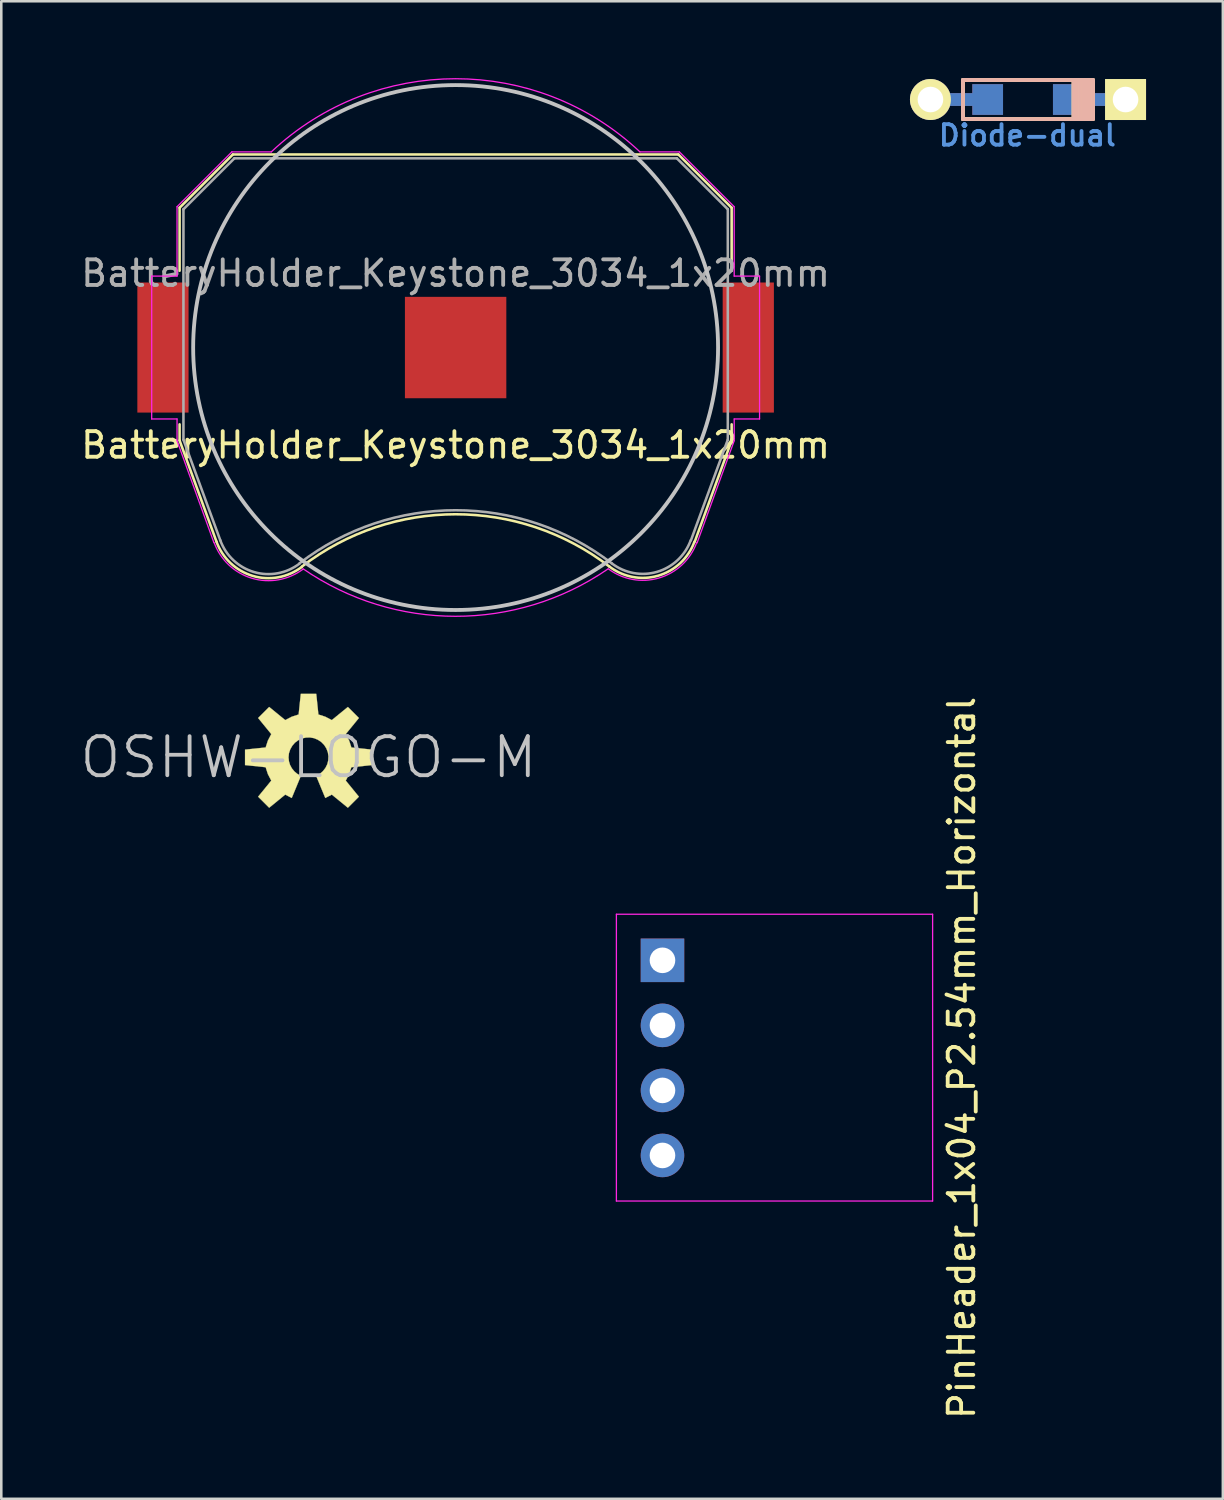
<source format=kicad_pcb>
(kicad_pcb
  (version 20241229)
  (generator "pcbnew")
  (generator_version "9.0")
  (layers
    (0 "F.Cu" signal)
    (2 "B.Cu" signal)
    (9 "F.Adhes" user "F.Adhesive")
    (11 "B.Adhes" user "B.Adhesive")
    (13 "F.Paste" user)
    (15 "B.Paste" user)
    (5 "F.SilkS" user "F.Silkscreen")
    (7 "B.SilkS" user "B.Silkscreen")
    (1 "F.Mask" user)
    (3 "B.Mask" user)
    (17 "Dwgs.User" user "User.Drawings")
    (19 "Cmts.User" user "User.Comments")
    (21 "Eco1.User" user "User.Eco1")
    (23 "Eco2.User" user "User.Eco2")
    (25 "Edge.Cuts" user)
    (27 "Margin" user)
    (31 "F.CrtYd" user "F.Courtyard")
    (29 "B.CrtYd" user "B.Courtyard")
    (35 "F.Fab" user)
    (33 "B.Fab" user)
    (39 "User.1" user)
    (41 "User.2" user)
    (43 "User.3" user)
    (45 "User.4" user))
  (footprint "OSHW-LOGO-M"
    (layer "F.Cu")
    (at 8.999 26.528)
    (property "Reference" "OSHW-LOGO-M" (at 0 0 0) (layer "Dwgs.User") (effects (font (size 1.524 1.524) (thickness 0.15))))
    (attr exclude_from_pos_files exclude_from_bom)
    (fp_poly (pts (xy 0.655 1.587) (xy 0.909 1.455) (xy 1.537 1.968) (xy 1.968 1.537) (xy 1.455 0.909) (xy 1.587 0.655) (xy 1.674 0.386) (xy 2.479 0.302) (xy 2.479 -0.302) (xy 1.674 -0.386) (xy 1.587 -0.655) (xy 1.455 -0.909) (xy 1.968 -1.537) (xy 1.537 -1.968) (xy 0.909 -1.455) (xy 0.655 -1.587) (xy 0.386 -1.674) (xy 0.302 -2.479) (xy -0.302 -2.479) (xy -0.386 -1.674) (xy -0.655 -1.587) (xy -0.909 -1.455) (xy -1.537 -1.968) (xy -1.968 -1.537) (xy -1.455 -0.909) (xy -1.587 -0.655) (xy -1.674 -0.386) (xy -2.479 -0.302) (xy -2.479 0.302) (xy -1.674 0.386) (xy -1.587 0.655) (xy -1.455 0.909) (xy -1.968 1.537) (xy -1.537 1.968) (xy -0.909 1.455) (xy -0.655 1.587) (xy -0.297 0.721) (xy -0.432 0.648) (xy -0.551 0.551) (xy -0.648 0.432) (xy -0.721 0.297) (xy -0.765 0.152) (xy -0.78 0) (xy -0.765 -0.157) (xy -0.714 -0.312) (xy -0.635 -0.45) (xy -0.531 -0.572) (xy -0.401 -0.668) (xy -0.257 -0.737) (xy -0.102 -0.772) (xy 0.056 -0.777) (xy 0.216 -0.749) (xy 0.363 -0.688) (xy 0.498 -0.599) (xy 0.61 -0.485) (xy 0.696 -0.351) (xy 0.754 -0.201) (xy 0.78 -0.043) (xy 0.772 0.114) (xy 0.732 0.269) (xy 0.66 0.414) (xy 0.561 0.541) (xy 0.439 0.645) (xy 0.297 0.721)) (stroke (width 0.01) (type solid)) (fill yes) (layer "F.SilkS")))
  (footprint "BatteryHolder_Keystone_3034_1x20mm"
    (layer "F.Cu")
    (at 14.744 10.523)
    (property "Reference" "BatteryHolder_Keystone_3034_1x20mm" (at 0 3.81 0) (layer "F.SilkS") (effects (font (size 1 1) (thickness 0.15))))
    (attr smd)
    (fp_line (start -10.78 -5.46) (end -10.78 -3) (stroke (width 0.1) (type solid)) (layer "F.SilkS"))
    (fp_line (start -10.78 3) (end -10.78 3.63) (stroke (width 0.1) (type solid)) (layer "F.SilkS"))
    (fp_line (start -10.78 3.63) (end -9.34 7.58) (stroke (width 0.1) (type solid)) (layer "F.SilkS"))
    (fp_line (start -8.7 -7.54) (end -10.78 -5.46) (stroke (width 0.1) (type solid)) (layer "F.SilkS"))
    (fp_line (start 8.7 -7.54) (end -8.7 -7.54) (stroke (width 0.1) (type solid)) (layer "F.SilkS"))
    (fp_line (start 8.7 -7.54) (end 10.78 -5.46) (stroke (width 0.1) (type solid)) (layer "F.SilkS"))
    (fp_line (start 10.78 -5.46) (end 10.78 -3) (stroke (width 0.1) (type solid)) (layer "F.SilkS"))
    (fp_line (start 10.78 3) (end 10.78 3.63) (stroke (width 0.1) (type solid)) (layer "F.SilkS"))
    (fp_line (start 10.78 3.63) (end 9.34 7.58) (stroke (width 0.1) (type solid)) (layer "F.SilkS"))
    (fp_arc (start -6.0046 8.553536) (mid -0.002901 6.511341) (end 6 8.55) (stroke (width 0.1) (type solid)) (layer "F.SilkS"))
    (fp_arc (start -6.003354 8.56653) (mid -7.921654 8.918738) (end -9.34 7.58) (stroke (width 0.1) (type solid)) (layer "F.SilkS"))
    (fp_arc (start 9.325243 7.588169) (mid 7.90634 8.911668) (end 6 8.55) (stroke (width 0.1) (type solid)) (layer "F.SilkS"))
    (fp_circle (center 0 0) (end 0 10.25) (stroke (width 0.15) (type solid)) (fill no) (layer "Dwgs.User"))
    (fp_line (start -11.87 -2.79) (end -11.87 2.79) (stroke (width 0.05) (type solid)) (layer "F.CrtYd"))
    (fp_line (start -11.87 2.79) (end -10.88 2.79) (stroke (width 0.05) (type solid)) (layer "F.CrtYd"))
    (fp_line (start -10.88 -5.5) (end -10.88 -2.79) (stroke (width 0.05) (type solid)) (layer "F.CrtYd"))
    (fp_line (start -10.88 -2.79) (end -11.87 -2.79) (stroke (width 0.05) (type solid)) (layer "F.CrtYd"))
    (fp_line (start -10.88 2.79) (end -10.88 3.64) (stroke (width 0.05) (type solid)) (layer "F.CrtYd"))
    (fp_line (start -10.88 3.64) (end -9.44 7.62) (stroke (width 0.05) (type solid)) (layer "F.CrtYd"))
    (fp_line (start -8.74 -7.64) (end -10.88 -5.5) (stroke (width 0.05) (type solid)) (layer "F.CrtYd"))
    (fp_line (start -7.2 -7.64) (end -8.74 -7.64) (stroke (width 0.05) (type solid)) (layer "F.CrtYd"))
    (fp_line (start 8.74 -7.64) (end 7.2 -7.64) (stroke (width 0.05) (type solid)) (layer "F.CrtYd"))
    (fp_line (start 9.43 7.63) (end 10.88 3.64) (stroke (width 0.05) (type solid)) (layer "F.CrtYd"))
    (fp_line (start 10.88 -5.5) (end 8.74 -7.64) (stroke (width 0.05) (type solid)) (layer "F.CrtYd"))
    (fp_line (start 10.88 -2.79) (end 10.88 -5.5) (stroke (width 0.05) (type solid)) (layer "F.CrtYd"))
    (fp_line (start 10.88 2.79) (end 11.87 2.79) (stroke (width 0.05) (type solid)) (layer "F.CrtYd"))
    (fp_line (start 10.88 3.64) (end 10.88 2.79) (stroke (width 0.05) (type solid)) (layer "F.CrtYd"))
    (fp_line (start 11.87 -2.79) (end 10.88 -2.79) (stroke (width 0.05) (type solid)) (layer "F.CrtYd"))
    (fp_line (start 11.87 2.79) (end 11.87 -2.79) (stroke (width 0.05) (type solid)) (layer "F.CrtYd"))
    (fp_arc (start -7.199546 -7.640427) (mid 0.000312 -10.498075) (end 7.2 -7.64) (stroke (width 0.05) (type solid)) (layer "F.CrtYd"))
    (fp_arc (start -5.956965 8.654604) (mid -7.953941 9.011629) (end -9.43 7.62) (stroke (width 0.05) (type solid)) (layer "F.CrtYd"))
    (fp_arc (start 5.945368 8.650075) (mid -0.008883 10.496243) (end -5.96 8.64) (stroke (width 0.05) (type solid)) (layer "F.CrtYd"))
    (fp_arc (start 9.415144 7.621341) (mid 7.944017 9.000493) (end 5.96 8.64) (stroke (width 0.05) (type solid)) (layer "F.CrtYd"))
    (fp_line (start -10.63 -5.4) (end -8.64 -7.39) (stroke (width 0.1) (type solid)) (layer "F.Fab"))
    (fp_line (start -10.63 3.6) (end -10.63 -5.4) (stroke (width 0.1) (type solid)) (layer "F.Fab"))
    (fp_line (start -9.19 7.53) (end -10.63 3.6) (stroke (width 0.1) (type solid)) (layer "F.Fab"))
    (fp_line (start -8.64 -7.39) (end 8.64 -7.39) (stroke (width 0.1) (type solid)) (layer "F.Fab"))
    (fp_line (start 8.64 -7.39) (end 10.63 -5.4) (stroke (width 0.1) (type solid)) (layer "F.Fab"))
    (fp_line (start 10.63 -5.4) (end 10.63 3.6) (stroke (width 0.1) (type solid)) (layer "F.Fab"))
    (fp_line (start 10.63 3.6) (end 9.19 7.53) (stroke (width 0.1) (type solid)) (layer "F.Fab"))
    (fp_arc (start -6.096146 8.438508) (mid -7.87328 8.768206) (end -9.19 7.53) (stroke (width 0.1) (type solid)) (layer "F.Fab"))
    (fp_arc (start -6.094852 8.426043) (mid 0.003247 6.355257) (end 6.1 8.43) (stroke (width 0.1) (type solid)) (layer "F.Fab"))
    (fp_arc (start 9.180727 7.528882) (mid 7.868698 8.760067) (end 6.1 8.43) (stroke (width 0.1) (type solid)) (layer "F.Fab"))
    (fp_text user "${REFERENCE}" (at 0 -2.9 0) (layer "F.Fab") (effects (font (size 1 1) (thickness 0.15))))
    (pad "1" smd rect (at -11.43 0) (size 2 5.08) (layers "F.Cu" "F.Mask" "F.Paste"))
    (pad "1" smd rect (at 11.43 0) (size 2 5.08) (layers "F.Cu" "F.Mask" "F.Paste"))
    (pad "2" smd rect (at 0 0) (size 3.96 3.96) (layers "F.Cu" "F.Mask" "F.Paste")))
  (footprint "PinHeader_1x04_P2.54mm_Horizontal"
    (layer "F.Cu")
    (at 22.823 34.455)
    (property "Reference" "PinHeader_1x04_P2.54mm_Horizontal" (at 11.684 3.81 270) (layer "F.SilkS") (effects (font (size 1 1) (thickness 0.15))))
    (attr through_hole)
    (fp_line (start -1.8 -1.8) (end -1.8 9.4) (stroke (width 0.05) (type solid)) (layer "F.CrtYd"))
    (fp_line (start -1.8 9.4) (end 10.55 9.4) (stroke (width 0.05) (type solid)) (layer "F.CrtYd"))
    (fp_line (start 10.55 -1.8) (end -1.8 -1.8) (stroke (width 0.05) (type solid)) (layer "F.CrtYd"))
    (fp_line (start 10.55 9.4) (end 10.55 -1.8) (stroke (width 0.05) (type solid)) (layer "F.CrtYd"))
    (fp_line (start -0.32 -0.32) (end -0.32 0.32) (stroke (width 0.1) (type solid)) (layer "F.Fab"))
    (fp_line (start -0.32 2.22) (end -0.32 2.86) (stroke (width 0.1) (type solid)) (layer "F.Fab"))
    (fp_line (start -0.32 4.76) (end -0.32 5.4) (stroke (width 0.1) (type solid)) (layer "F.Fab"))
    (fp_line (start -0.32 7.3) (end -0.32 7.94) (stroke (width 0.1) (type solid)) (layer "F.Fab"))
    (pad "1" thru_hole rect (at 0 0) (size 1.7 1.7) (drill 1) (layers "*.Cu" "*.Mask"))
    (pad "2" thru_hole oval (at 0 2.54) (size 1.7 1.7) (drill 1) (layers "*.Cu" "*.Mask"))
    (pad "3" thru_hole oval (at 0 5.08) (size 1.7 1.7) (drill 1) (layers "*.Cu" "*.Mask"))
    (pad "4" thru_hole oval (at 0 7.62) (size 1.7 1.7) (drill 1) (layers "*.Cu" "*.Mask")))
  (footprint "Diode-dual"
    (layer "F.Cu")
    (at 37.098 0.837)
    (property "Reference" "Diode-dual" (at -0.025 1.4 0) (layer "Cmts.User") (effects (font (size 0.8 0.8) (thickness 0.15))))
    (attr smd)
    (fp_line (start -2.54 0.762) (end -2.032 0.762) (stroke (width 0.15) (type solid)) (layer "F.SilkS"))
    (fp_line (start -2.54 0.762) (end 2.54 0.762) (stroke (width 0.15) (type solid)) (layer "F.SilkS"))
    (fp_line (start -2.54 -0.762) (end -2.54 0.762) (stroke (width 0.15) (type solid)) (layer "F.SilkS"))
    (fp_line (start 1.778 0.762) (end 1.778 -0.762) (stroke (width 0.15) (type solid)) (layer "F.SilkS"))
    (fp_line (start 1.905 0.762) (end 1.905 -0.762) (stroke (width 0.15) (type solid)) (layer "F.SilkS"))
    (fp_line (start 2.032 -0.762) (end 2.032 0.762) (stroke (width 0.15) (type solid)) (layer "F.SilkS"))
    (fp_line (start 2.159 0.762) (end 2.159 -0.762) (stroke (width 0.15) (type solid)) (layer "F.SilkS"))
    (fp_line (start 2.286 -0.762) (end 2.286 0.762) (stroke (width 0.15) (type solid)) (layer "F.SilkS"))
    (fp_line (start 2.413 0.762) (end 2.413 -0.762) (stroke (width 0.15) (type solid)) (layer "F.SilkS"))
    (fp_line (start 2.54 0.762) (end 2.54 -0.762) (stroke (width 0.15) (type solid)) (layer "F.SilkS"))
    (fp_line (start 2.54 -0.762) (end -2.54 -0.762) (stroke (width 0.15) (type solid)) (layer "F.SilkS"))
    (fp_line (start -2.54 -0.762) (end -2.032 -0.762) (stroke (width 0.15) (type solid)) (layer "B.SilkS"))
    (fp_line (start -2.54 -0.762) (end 2.54 -0.762) (stroke (width 0.15) (type solid)) (layer "B.SilkS"))
    (fp_line (start -2.54 0.762) (end -2.54 -0.762) (stroke (width 0.15) (type solid)) (layer "B.SilkS"))
    (fp_line (start 1.778 -0.762) (end 1.778 0.762) (stroke (width 0.15) (type solid)) (layer "B.SilkS"))
    (fp_line (start 1.905 -0.762) (end 1.905 0.762) (stroke (width 0.15) (type solid)) (layer "B.SilkS"))
    (fp_line (start 2.032 0.762) (end 2.032 -0.762) (stroke (width 0.15) (type solid)) (layer "B.SilkS"))
    (fp_line (start 2.159 -0.762) (end 2.159 0.762) (stroke (width 0.15) (type solid)) (layer "B.SilkS"))
    (fp_line (start 2.286 0.762) (end 2.286 -0.762) (stroke (width 0.15) (type solid)) (layer "B.SilkS"))
    (fp_line (start 2.413 -0.762) (end 2.413 0.762) (stroke (width 0.15) (type solid)) (layer "B.SilkS"))
    (fp_line (start 2.54 -0.762) (end 2.54 0.762) (stroke (width 0.15) (type solid)) (layer "B.SilkS"))
    (fp_line (start 2.54 0.762) (end -2.54 0.762) (stroke (width 0.15) (type solid)) (layer "B.SilkS"))
    (pad "1" smd rect (at 1.575 0) (size 1.2 1.2) (layers "F.Cu" "F.Mask" "F.Paste"))
    (pad "1" smd rect (at 1.575 0) (size 1.2 1.2) (layers "B.Cu" "B.Mask" "B.Paste"))
    (pad "1" smd rect (at 2.7 0) (size 2.5 0.5) (layers "F.Cu"))
    (pad "1" smd rect (at 2.7 0) (size 2.5 0.5) (layers "B.Cu"))
    (pad "1" thru_hole rect (at 3.81 0) (size 1.6 1.6) (drill 1) (layers "*.Cu" "*.Mask" "F.SilkS"))
    (pad "2" thru_hole circle (at -3.81 0) (size 1.6 1.6) (drill 1) (layers "*.Cu" "*.Mask" "F.SilkS"))
    (pad "2" smd rect (at -2.7 0) (size 2.5 0.5) (layers "F.Cu"))
    (pad "2" smd rect (at -2.7 0) (size 2.5 0.5) (layers "B.Cu"))
    (pad "2" smd rect (at -1.575 0) (size 1.2 1.2) (layers "F.Cu" "F.Mask" "F.Paste"))
    (pad "2" smd rect (at -1.575 0) (size 1.2 1.2) (layers "B.Cu" "B.Mask" "B.Paste")))
  (gr_rect
    (start -3 -3)
    (end 44.708 55.485)
    (stroke (width 0.1) (type default))
    (fill no)
    (layer "Edge.Cuts")))
</source>
